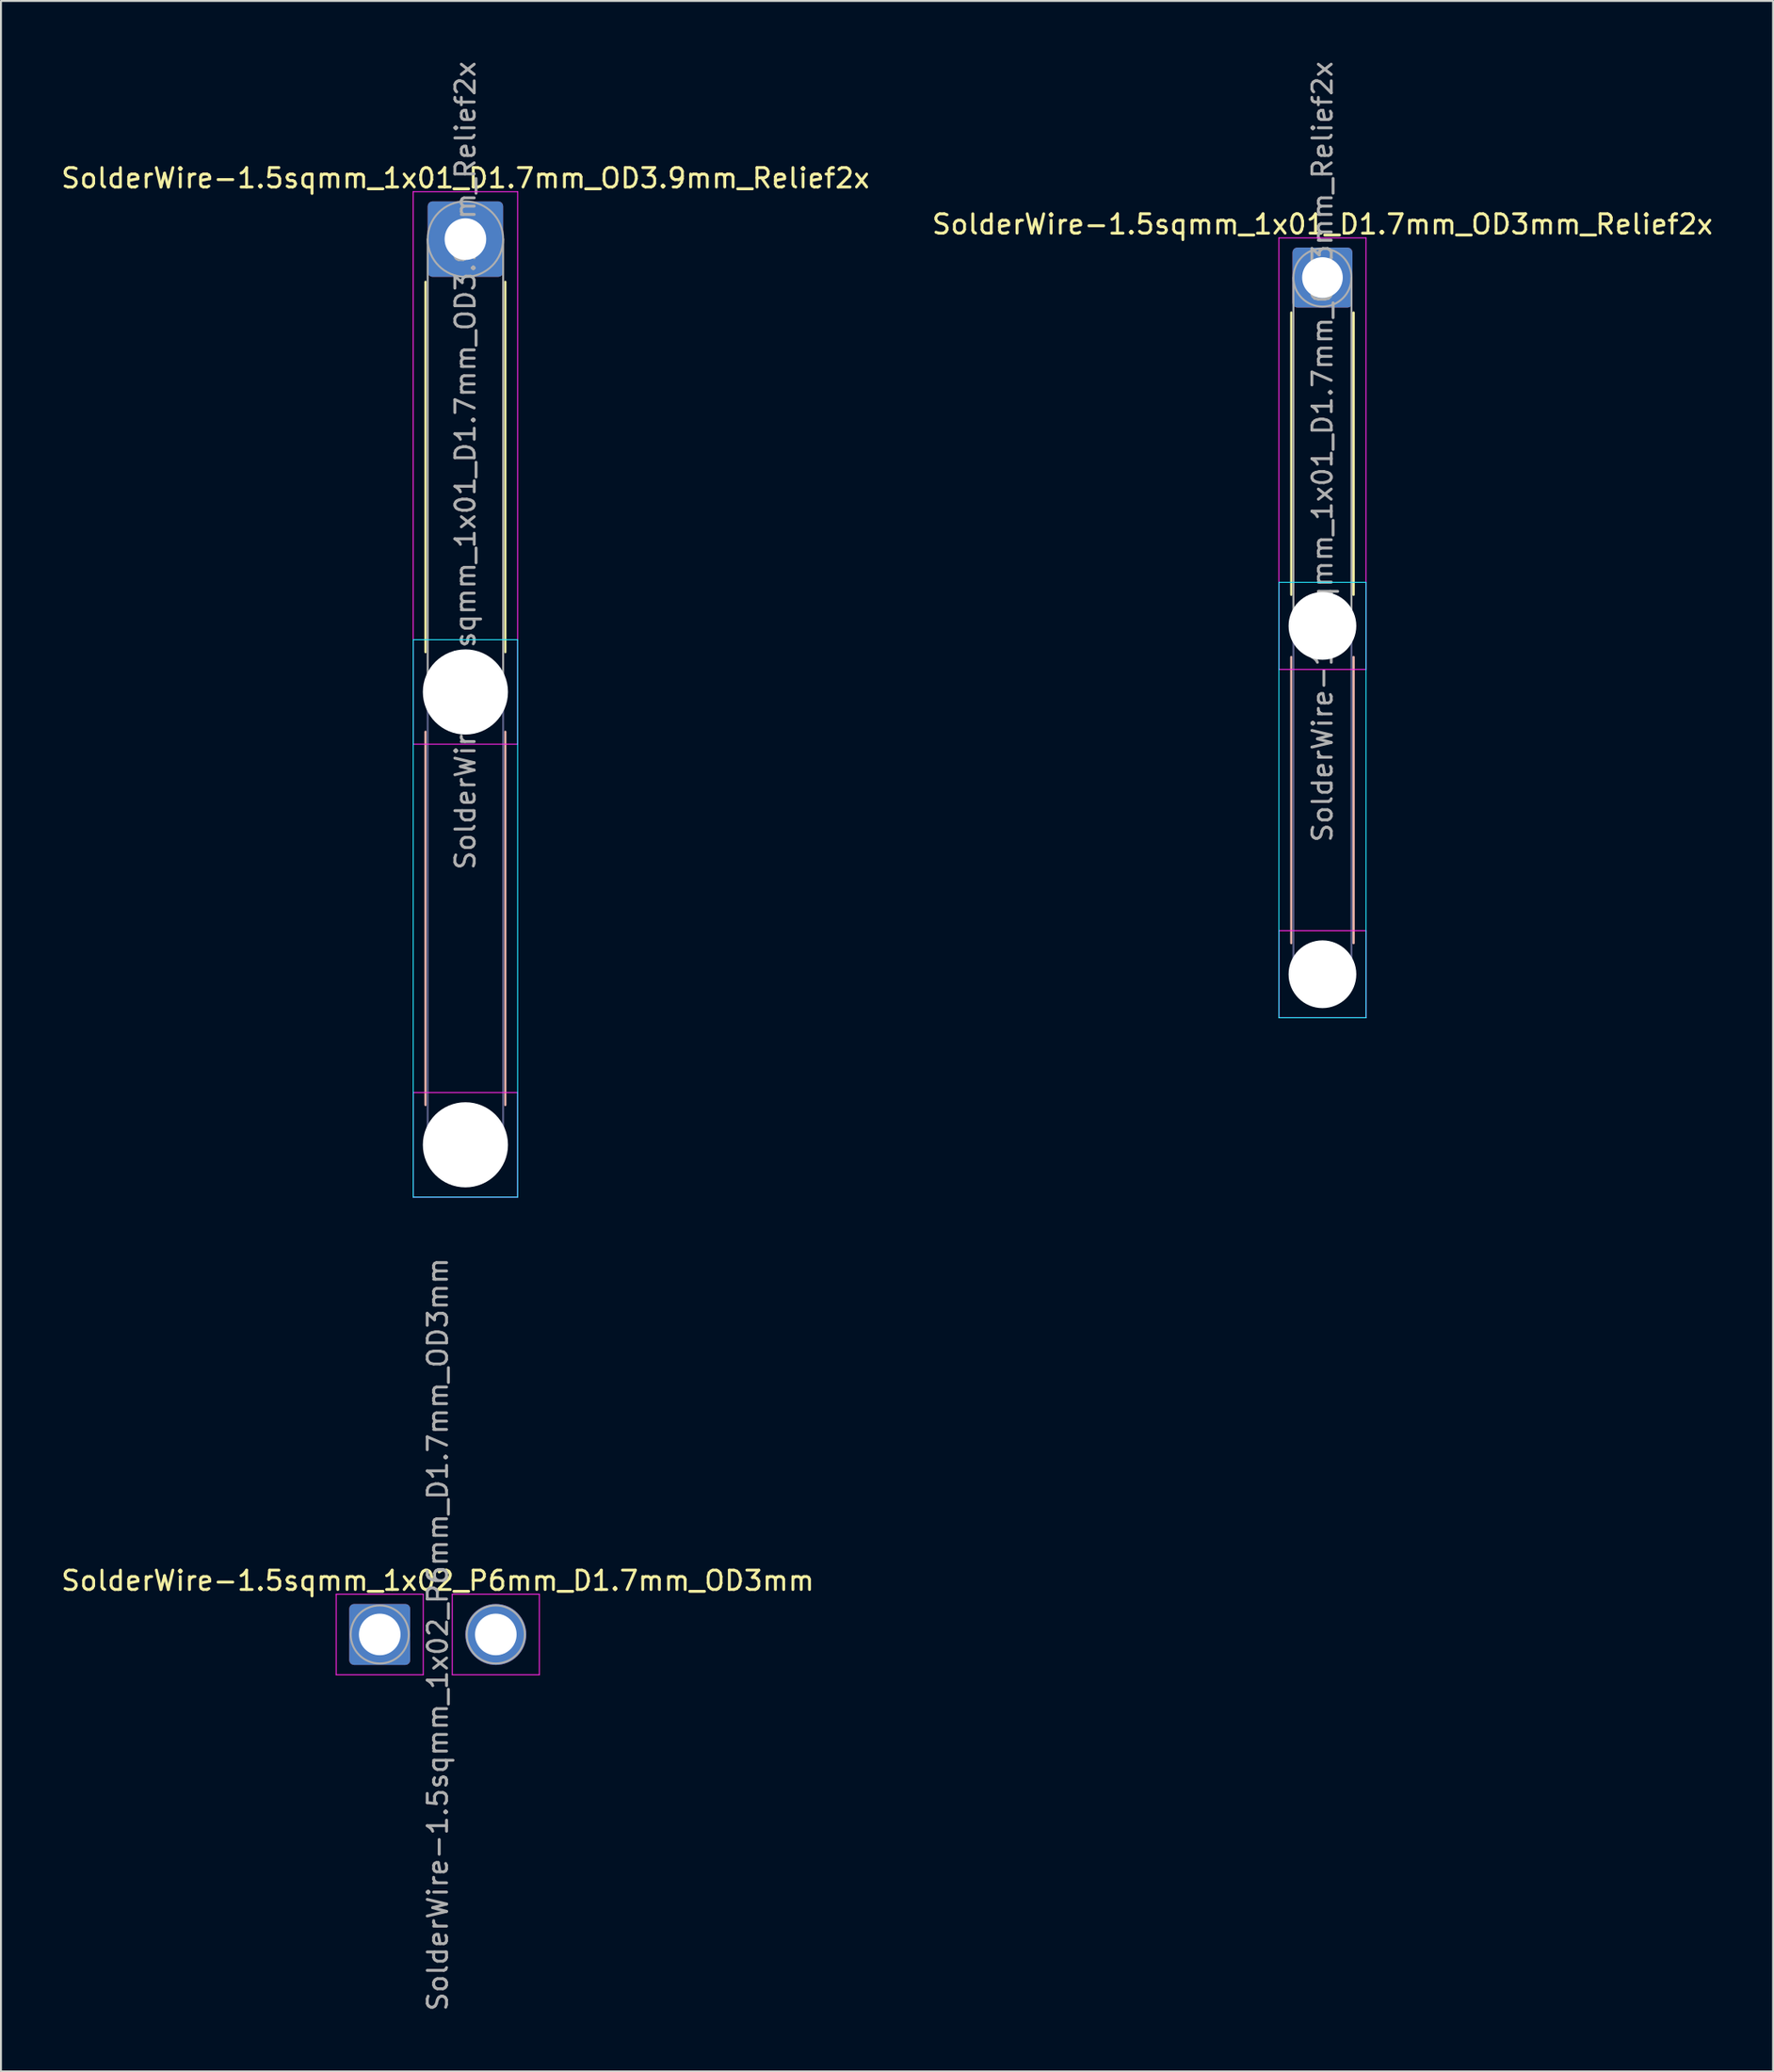
<source format=kicad_pcb>
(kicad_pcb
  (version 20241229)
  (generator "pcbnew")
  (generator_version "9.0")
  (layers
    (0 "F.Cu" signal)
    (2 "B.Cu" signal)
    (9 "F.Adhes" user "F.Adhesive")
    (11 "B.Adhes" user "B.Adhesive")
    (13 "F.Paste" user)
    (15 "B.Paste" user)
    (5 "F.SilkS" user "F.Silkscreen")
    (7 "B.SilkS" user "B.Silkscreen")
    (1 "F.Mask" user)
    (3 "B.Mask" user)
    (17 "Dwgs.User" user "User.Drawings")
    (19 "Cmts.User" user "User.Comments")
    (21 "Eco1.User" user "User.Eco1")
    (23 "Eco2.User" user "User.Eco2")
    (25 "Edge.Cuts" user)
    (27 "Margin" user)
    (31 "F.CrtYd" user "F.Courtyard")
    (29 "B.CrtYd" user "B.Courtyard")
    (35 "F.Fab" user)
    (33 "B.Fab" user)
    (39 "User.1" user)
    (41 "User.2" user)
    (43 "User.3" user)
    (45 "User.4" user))
  (footprint "SolderWire-1.5sqmm_1x01_D1.7mm_OD3.9mm_Relief2x"
    (layer "F.Cu")
    (at 21.006 9.306)
    (property "Reference" "SolderWire-1.5sqmm_1x01_D1.7mm_OD3.9mm_Relief2x" (at 0 -3.15 0) (layer "F.SilkS") (effects (font (size 1 1) (thickness 0.15))))
    (attr exclude_from_pos_files exclude_from_bom)
    (fp_line (start -2.06 2.21) (end -2.06 21.34) (stroke (width 0.12) (type solid)) (layer "F.SilkS"))
    (fp_line (start 2.06 2.21) (end 2.06 21.34) (stroke (width 0.12) (type solid)) (layer "F.SilkS"))
    (fp_line (start -2.06 25.46) (end -2.06 44.74) (stroke (width 0.12) (type solid)) (layer "B.SilkS"))
    (fp_line (start 2.06 25.46) (end 2.06 44.74) (stroke (width 0.12) (type solid)) (layer "B.SilkS"))
    (fp_line (start -2.7 20.7) (end -2.7 49.5) (stroke (width 0.05) (type solid)) (layer "B.CrtYd"))
    (fp_line (start -2.7 49.5) (end 2.7 49.5) (stroke (width 0.05) (type solid)) (layer "B.CrtYd"))
    (fp_line (start 2.7 20.7) (end -2.7 20.7) (stroke (width 0.05) (type solid)) (layer "B.CrtYd"))
    (fp_line (start 2.7 49.5) (end 2.7 20.7) (stroke (width 0.05) (type solid)) (layer "B.CrtYd"))
    (fp_line (start -2.7 -2.45) (end -2.7 26.1) (stroke (width 0.05) (type solid)) (layer "F.CrtYd"))
    (fp_line (start -2.7 26.1) (end 2.7 26.1) (stroke (width 0.05) (type solid)) (layer "F.CrtYd"))
    (fp_line (start -2.7 44.1) (end -2.7 49.5) (stroke (width 0.05) (type solid)) (layer "F.CrtYd"))
    (fp_line (start -2.7 49.5) (end 2.7 49.5) (stroke (width 0.05) (type solid)) (layer "F.CrtYd"))
    (fp_line (start 2.7 -2.45) (end -2.7 -2.45) (stroke (width 0.05) (type solid)) (layer "F.CrtYd"))
    (fp_line (start 2.7 26.1) (end 2.7 -2.45) (stroke (width 0.05) (type solid)) (layer "F.CrtYd"))
    (fp_line (start 2.7 44.1) (end -2.7 44.1) (stroke (width 0.05) (type solid)) (layer "F.CrtYd"))
    (fp_line (start 2.7 49.5) (end 2.7 44.1) (stroke (width 0.05) (type solid)) (layer "F.CrtYd"))
    (fp_line (start -1.95 23.4) (end -1.95 46.8) (stroke (width 0.1) (type solid)) (layer "B.Fab"))
    (fp_line (start 1.95 23.4) (end 1.95 46.8) (stroke (width 0.1) (type solid)) (layer "B.Fab"))
    (fp_circle (center 0 23.4) (end 1.95 23.4) (stroke (width 0.1) (type solid)) (fill no) (layer "B.Fab"))
    (fp_circle (center 0 46.8) (end 1.95 46.8) (stroke (width 0.1) (type solid)) (fill no) (layer "B.Fab"))
    (fp_line (start -1.95 0) (end -1.95 23.4) (stroke (width 0.1) (type solid)) (layer "F.Fab"))
    (fp_line (start 1.95 0) (end 1.95 23.4) (stroke (width 0.1) (type solid)) (layer "F.Fab"))
    (fp_circle (center 0 0) (end 1.95 0) (stroke (width 0.1) (type solid)) (fill no) (layer "F.Fab"))
    (fp_circle (center 0 23.4) (end 1.95 23.4) (stroke (width 0.1) (type solid)) (fill no) (layer "F.Fab"))
    (fp_circle (center 0 46.8) (end 1.95 46.8) (stroke (width 0.1) (type solid)) (fill no) (layer "F.Fab"))
    (fp_text user "${REFERENCE}" (at 0 11.7 90) (layer "F.Fab") (effects (font (size 1 1) (thickness 0.15))))
    (pad "" np_thru_hole circle (at 0 23.4) (size 4.4 4.4) (drill 4.4) (layers "*.Cu" "*.Mask"))
    (pad "" np_thru_hole circle (at 0 46.8) (size 4.4 4.4) (drill 4.4) (layers "*.Cu" "*.Mask"))
    (pad "1" thru_hole roundrect (at 0 0) (size 3.9 3.9) (drill 2.15) (layers "*.Cu" "*.Mask") (roundrect_rratio 0.064)))
  (footprint "SolderWire-1.5sqmm_1x01_D1.7mm_OD3mm_Relief2x"
    (layer "F.Cu")
    (at 65.304 11.292)
    (property "Reference" "SolderWire-1.5sqmm_1x01_D1.7mm_OD3mm_Relief2x" (at 0 -2.75 0) (layer "F.SilkS") (effects (font (size 1 1) (thickness 0.15))))
    (attr exclude_from_pos_files exclude_from_bom)
    (fp_line (start -1.61 1.81) (end -1.61 16.39) (stroke (width 0.12) (type solid)) (layer "F.SilkS"))
    (fp_line (start 1.61 1.81) (end 1.61 16.39) (stroke (width 0.12) (type solid)) (layer "F.SilkS"))
    (fp_line (start -1.61 19.61) (end -1.61 34.39) (stroke (width 0.12) (type solid)) (layer "B.SilkS"))
    (fp_line (start 1.61 19.61) (end 1.61 34.39) (stroke (width 0.12) (type solid)) (layer "B.SilkS"))
    (fp_line (start -2.25 15.75) (end -2.25 38.25) (stroke (width 0.05) (type solid)) (layer "B.CrtYd"))
    (fp_line (start -2.25 38.25) (end 2.25 38.25) (stroke (width 0.05) (type solid)) (layer "B.CrtYd"))
    (fp_line (start 2.25 15.75) (end -2.25 15.75) (stroke (width 0.05) (type solid)) (layer "B.CrtYd"))
    (fp_line (start 2.25 38.25) (end 2.25 15.75) (stroke (width 0.05) (type solid)) (layer "B.CrtYd"))
    (fp_line (start -2.25 -2.05) (end -2.25 20.25) (stroke (width 0.05) (type solid)) (layer "F.CrtYd"))
    (fp_line (start -2.25 20.25) (end 2.25 20.25) (stroke (width 0.05) (type solid)) (layer "F.CrtYd"))
    (fp_line (start -2.25 33.75) (end -2.25 38.25) (stroke (width 0.05) (type solid)) (layer "F.CrtYd"))
    (fp_line (start -2.25 38.25) (end 2.25 38.25) (stroke (width 0.05) (type solid)) (layer "F.CrtYd"))
    (fp_line (start 2.25 -2.05) (end -2.25 -2.05) (stroke (width 0.05) (type solid)) (layer "F.CrtYd"))
    (fp_line (start 2.25 20.25) (end 2.25 -2.05) (stroke (width 0.05) (type solid)) (layer "F.CrtYd"))
    (fp_line (start 2.25 33.75) (end -2.25 33.75) (stroke (width 0.05) (type solid)) (layer "F.CrtYd"))
    (fp_line (start 2.25 38.25) (end 2.25 33.75) (stroke (width 0.05) (type solid)) (layer "F.CrtYd"))
    (fp_line (start -1.5 18) (end -1.5 36) (stroke (width 0.1) (type solid)) (layer "B.Fab"))
    (fp_line (start 1.5 18) (end 1.5 36) (stroke (width 0.1) (type solid)) (layer "B.Fab"))
    (fp_circle (center 0 18) (end 1.5 18) (stroke (width 0.1) (type solid)) (fill no) (layer "B.Fab"))
    (fp_circle (center 0 36) (end 1.5 36) (stroke (width 0.1) (type solid)) (fill no) (layer "B.Fab"))
    (fp_line (start -1.5 0) (end -1.5 18) (stroke (width 0.1) (type solid)) (layer "F.Fab"))
    (fp_line (start 1.5 0) (end 1.5 18) (stroke (width 0.1) (type solid)) (layer "F.Fab"))
    (fp_circle (center 0 0) (end 1.5 0) (stroke (width 0.1) (type solid)) (fill no) (layer "F.Fab"))
    (fp_circle (center 0 18) (end 1.5 18) (stroke (width 0.1) (type solid)) (fill no) (layer "F.Fab"))
    (fp_circle (center 0 36) (end 1.5 36) (stroke (width 0.1) (type solid)) (fill no) (layer "F.Fab"))
    (fp_text user "${REFERENCE}" (at 0 9 90) (layer "F.Fab") (effects (font (size 1 1) (thickness 0.15))))
    (pad "" np_thru_hole circle (at 0 18) (size 3.5 3.5) (drill 3.5) (layers "*.Cu" "*.Mask"))
    (pad "" np_thru_hole circle (at 0 36) (size 3.5 3.5) (drill 3.5) (layers "*.Cu" "*.Mask"))
    (pad "1" thru_hole roundrect (at 0 0) (size 3.1 3.1) (drill 2.1) (layers "*.Cu" "*.Mask") (roundrect_rratio 0.081)))
  (footprint "SolderWire-1.5sqmm_1x02_P6mm_D1.7mm_OD3mm"
    (layer "F.Cu")
    (at 16.577 81.408)
    (property "Reference" "SolderWire-1.5sqmm_1x02_P6mm_D1.7mm_OD3mm" (at 3 -2.78 0) (layer "F.SilkS") (effects (font (size 1 1) (thickness 0.15))))
    (attr exclude_from_pos_files exclude_from_bom)
    (fp_line (start -2.25 -2.08) (end -2.25 2.08) (stroke (width 0.05) (type solid)) (layer "F.CrtYd"))
    (fp_line (start -2.25 2.08) (end 2.25 2.08) (stroke (width 0.05) (type solid)) (layer "F.CrtYd"))
    (fp_line (start 2.25 -2.08) (end -2.25 -2.08) (stroke (width 0.05) (type solid)) (layer "F.CrtYd"))
    (fp_line (start 2.25 2.08) (end 2.25 -2.08) (stroke (width 0.05) (type solid)) (layer "F.CrtYd"))
    (fp_line (start 3.75 -2.08) (end 3.75 2.08) (stroke (width 0.05) (type solid)) (layer "F.CrtYd"))
    (fp_line (start 3.75 2.08) (end 8.25 2.08) (stroke (width 0.05) (type solid)) (layer "F.CrtYd"))
    (fp_line (start 8.25 -2.08) (end 3.75 -2.08) (stroke (width 0.05) (type solid)) (layer "F.CrtYd"))
    (fp_line (start 8.25 2.08) (end 8.25 -2.08) (stroke (width 0.05) (type solid)) (layer "F.CrtYd"))
    (fp_circle (center 0 0) (end 1.5 0) (stroke (width 0.1) (type solid)) (fill no) (layer "F.Fab"))
    (fp_circle (center 6 0) (end 7.5 0) (stroke (width 0.1) (type solid)) (fill no) (layer "F.Fab"))
    (fp_text user "${REFERENCE}" (at 3 0 90) (layer "F.Fab") (effects (font (size 1 1) (thickness 0.15))))
    (pad "1" thru_hole roundrect (at 0 0) (size 3.15 3.15) (drill 2.15) (layers "*.Cu" "*.Mask") (roundrect_rratio 0.079))
    (pad "2" thru_hole circle (at 6 0) (size 3.15 3.15) (drill 2.15) (layers "*.Cu" "*.Mask")))
  (gr_rect
    (start -3 -3)
    (end 88.595 103.986)
    (stroke (width 0.1) (type default))
    (fill no)
    (layer "Edge.Cuts")))
</source>
